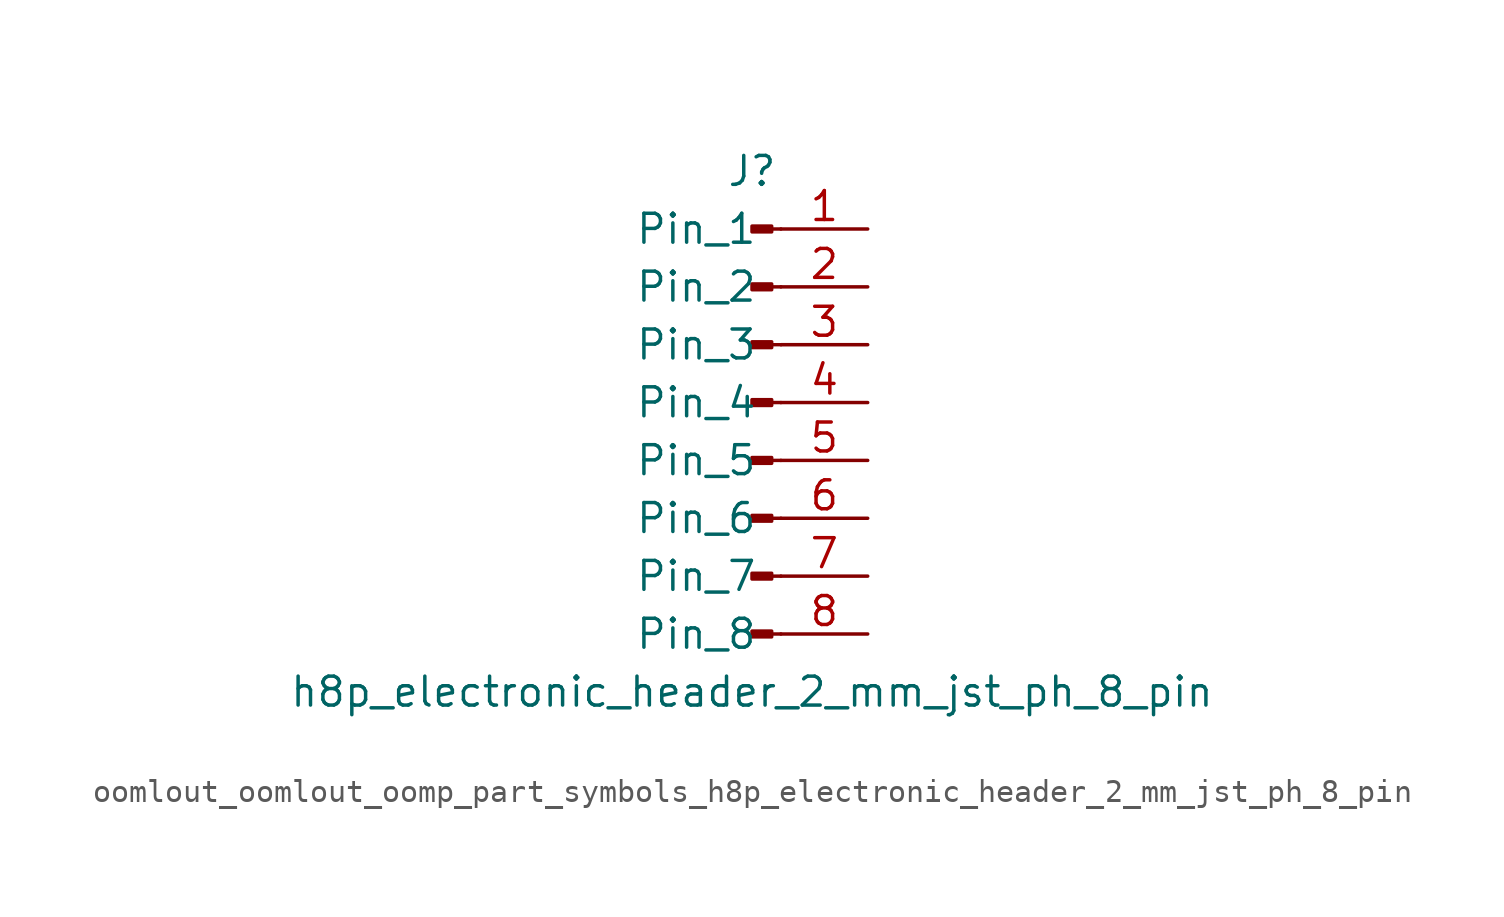
<source format=kicad_sym>
(kicad_symbol_lib
  (version 20220914)
  (generator kicad_symbol_editor)
  (symbol "oomlout_oomlout_oomp_part_symbols_h8p_electronic_header_2_mm_jst_ph_8_pin"
    (pin_names
      (offset 1.016))
    (property "Reference" "J"
      (at 0 10.16 0)
      (effects (font (size 1.27 1.27))))
    (property "Value" "h8p_electronic_header_2_mm_jst_ph_8_pin"
      (at 0 -12.7 0)
      (effects (font (size 1.27 1.27))))
    (property "ki_locked" ""
      (at 0 0 0)
      (effects (font (size 1.27 1.27))))
    (symbol "oomlout_oomlout_oomp_part_symbols_h8p_electronic_header_2_mm_jst_ph_8_pin_1_1"
      (polyline (pts (xy 1.27 -10.16) (xy 0.864 -10.16)) (stroke (width 0.152) (type default)) (fill (type none)))
      (polyline (pts (xy 1.27 -7.62) (xy 0.864 -7.62)) (stroke (width 0.152) (type default)) (fill (type none)))
      (polyline (pts (xy 1.27 -5.08) (xy 0.864 -5.08)) (stroke (width 0.152) (type default)) (fill (type none)))
      (polyline (pts (xy 1.27 -2.54) (xy 0.864 -2.54)) (stroke (width 0.152) (type default)) (fill (type none)))
      (polyline (pts (xy 1.27 0) (xy 0.864 0)) (stroke (width 0.152) (type default)) (fill (type none)))
      (polyline (pts (xy 1.27 2.54) (xy 0.864 2.54)) (stroke (width 0.152) (type default)) (fill (type none)))
      (polyline (pts (xy 1.27 5.08) (xy 0.864 5.08)) (stroke (width 0.152) (type default)) (fill (type none)))
      (polyline (pts (xy 1.27 7.62) (xy 0.864 7.62)) (stroke (width 0.152) (type default)) (fill (type none)))
      (rectangle (start 0.864 -10.033) (end 0 -10.287) (stroke (width 0.152) (type default)) (fill (type outline)))
      (rectangle (start 0.864 -7.493) (end 0 -7.747) (stroke (width 0.152) (type default)) (fill (type outline)))
      (rectangle (start 0.864 -4.953) (end 0 -5.207) (stroke (width 0.152) (type default)) (fill (type outline)))
      (rectangle (start 0.864 -2.413) (end 0 -2.667) (stroke (width 0.152) (type default)) (fill (type outline)))
      (rectangle (start 0.864 0.127) (end 0 -0.127) (stroke (width 0.152) (type default)) (fill (type outline)))
      (rectangle (start 0.864 2.667) (end 0 2.413) (stroke (width 0.152) (type default)) (fill (type outline)))
      (rectangle (start 0.864 5.207) (end 0 4.953) (stroke (width 0.152) (type default)) (fill (type outline)))
      (rectangle (start 0.864 7.747) (end 0 7.493) (stroke (width 0.152) (type default)) (fill (type outline)))
      (pin passive line (at 5.08 7.62 180) (length 3.81) (name "Pin_1" (effects (font (size 1.27 1.27)))) (number "1" (effects (font (size 1.27 1.27)))))
      (pin passive line (at 5.08 5.08 180) (length 3.81) (name "Pin_2" (effects (font (size 1.27 1.27)))) (number "2" (effects (font (size 1.27 1.27)))))
      (pin passive line (at 5.08 2.54 180) (length 3.81) (name "Pin_3" (effects (font (size 1.27 1.27)))) (number "3" (effects (font (size 1.27 1.27)))))
      (pin passive line (at 5.08 0 180) (length 3.81) (name "Pin_4" (effects (font (size 1.27 1.27)))) (number "4" (effects (font (size 1.27 1.27)))))
      (pin passive line (at 5.08 -2.54 180) (length 3.81) (name "Pin_5" (effects (font (size 1.27 1.27)))) (number "5" (effects (font (size 1.27 1.27)))))
      (pin passive line (at 5.08 -5.08 180) (length 3.81) (name "Pin_6" (effects (font (size 1.27 1.27)))) (number "6" (effects (font (size 1.27 1.27)))))
      (pin passive line (at 5.08 -7.62 180) (length 3.81) (name "Pin_7" (effects (font (size 1.27 1.27)))) (number "7" (effects (font (size 1.27 1.27)))))
      (pin passive line (at 5.08 -10.16 180) (length 3.81) (name "Pin_8" (effects (font (size 1.27 1.27)))) (number "8" (effects (font (size 1.27 1.27))))))))
</source>
